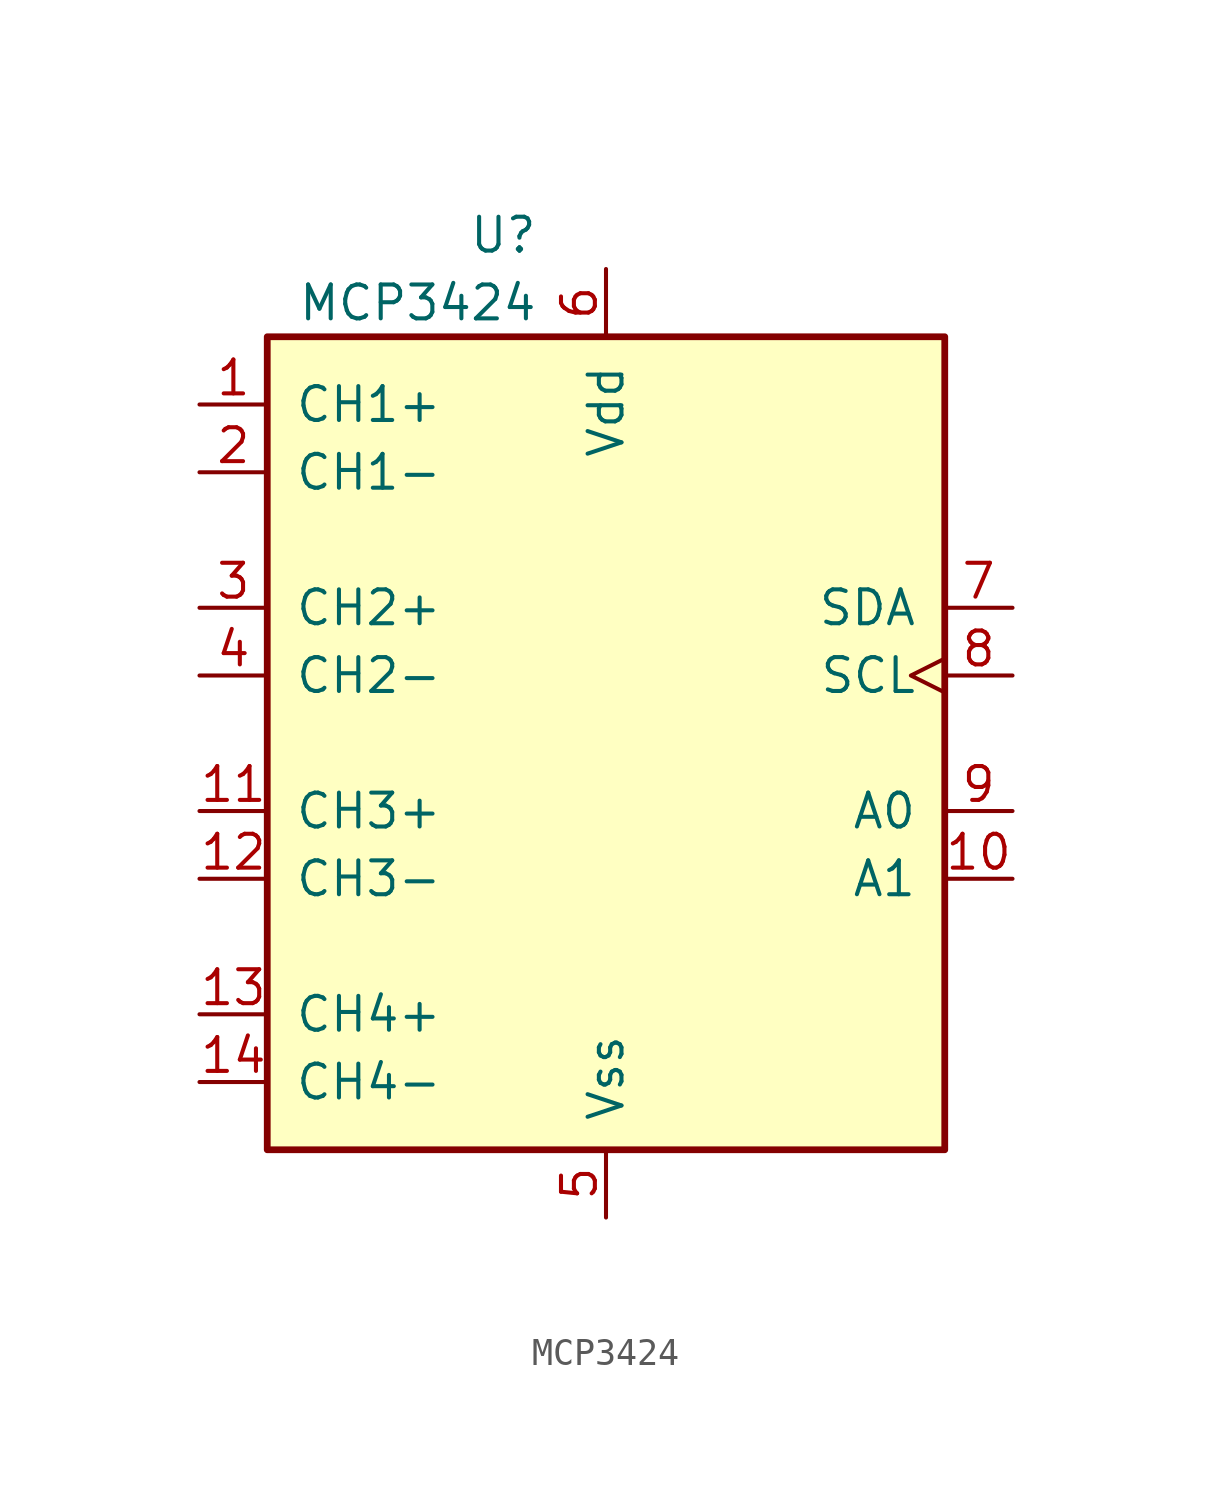
<source format=kicad_sym>
(kicad_symbol_lib
  (version 20211014)
  (generator kicad_symbol_editor)
  (symbol "MCP3424"
    (pin_names
      (offset 1.016))
    (property "Reference" "U"
      (at -2.54 11.43 0)
      (effects (font (size 1.27 1.27)) (justify right)))
    (property "Value" "MCP3424"
      (at -2.54 8.89 0)
      (effects (font (size 1.27 1.27)) (justify right)))
    (symbol "MCP3424_0_1"
      (rectangle (start 12.7 7.62) (end -12.7 -22.86) (stroke (width 0.254) (type default) (color 0 0 0 0)) (fill (type background))))
    (symbol "MCP3424_1_1"
      (pin input line (at -15.24 5.08 0) (length 2.54) (name "CH1+" (effects (font (size 1.27 1.27)))) (number "1" (effects (font (size 1.27 1.27)))))
      (pin input line (at 15.24 -12.7 180) (length 2.54) (name "A1" (effects (font (size 1.27 1.27)))) (number "10" (effects (font (size 1.27 1.27)))))
      (pin input line (at -15.24 -10.16 0) (length 2.54) (name "CH3+" (effects (font (size 1.27 1.27)))) (number "11" (effects (font (size 1.27 1.27)))))
      (pin input line (at -15.24 -12.7 0) (length 2.54) (name "CH3-" (effects (font (size 1.27 1.27)))) (number "12" (effects (font (size 1.27 1.27)))))
      (pin input line (at -15.24 -17.78 0) (length 2.54) (name "CH4+" (effects (font (size 1.27 1.27)))) (number "13" (effects (font (size 1.27 1.27)))))
      (pin input line (at -15.24 -20.32 0) (length 2.54) (name "CH4-" (effects (font (size 1.27 1.27)))) (number "14" (effects (font (size 1.27 1.27)))))
      (pin input line (at -15.24 2.54 0) (length 2.54) (name "CH1-" (effects (font (size 1.27 1.27)))) (number "2" (effects (font (size 1.27 1.27)))))
      (pin input line (at -15.24 -2.54 0) (length 2.54) (name "CH2+" (effects (font (size 1.27 1.27)))) (number "3" (effects (font (size 1.27 1.27)))))
      (pin input line (at -15.24 -5.08 0) (length 2.54) (name "CH2-" (effects (font (size 1.27 1.27)))) (number "4" (effects (font (size 1.27 1.27)))))
      (pin power_in line (at 0 -25.4 90) (length 2.54) (name "Vss" (effects (font (size 1.27 1.27)))) (number "5" (effects (font (size 1.27 1.27)))))
      (pin power_in line (at 0 10.16 270) (length 2.54) (name "Vdd" (effects (font (size 1.27 1.27)))) (number "6" (effects (font (size 1.27 1.27)))))
      (pin bidirectional line (at 15.24 -2.54 180) (length 2.54) (name "SDA" (effects (font (size 1.27 1.27)))) (number "7" (effects (font (size 1.27 1.27)))))
      (pin input clock (at 15.24 -5.08 180) (length 2.54) (name "SCL" (effects (font (size 1.27 1.27)))) (number "8" (effects (font (size 1.27 1.27)))))
      (pin input line (at 15.24 -10.16 180) (length 2.54) (name "A0" (effects (font (size 1.27 1.27)))) (number "9" (effects (font (size 1.27 1.27))))))))
</source>
